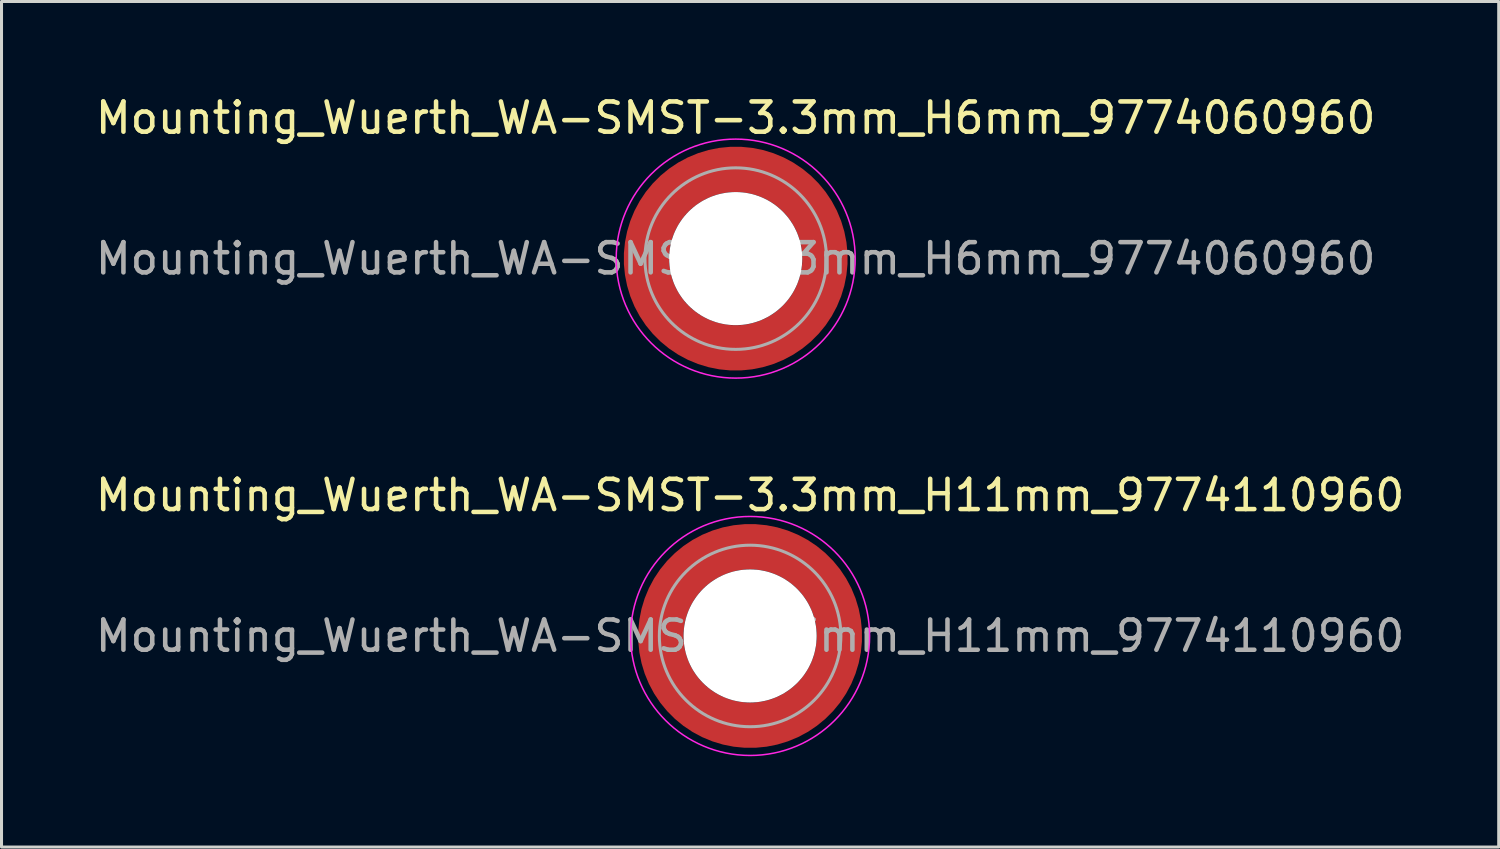
<source format=kicad_pcb>
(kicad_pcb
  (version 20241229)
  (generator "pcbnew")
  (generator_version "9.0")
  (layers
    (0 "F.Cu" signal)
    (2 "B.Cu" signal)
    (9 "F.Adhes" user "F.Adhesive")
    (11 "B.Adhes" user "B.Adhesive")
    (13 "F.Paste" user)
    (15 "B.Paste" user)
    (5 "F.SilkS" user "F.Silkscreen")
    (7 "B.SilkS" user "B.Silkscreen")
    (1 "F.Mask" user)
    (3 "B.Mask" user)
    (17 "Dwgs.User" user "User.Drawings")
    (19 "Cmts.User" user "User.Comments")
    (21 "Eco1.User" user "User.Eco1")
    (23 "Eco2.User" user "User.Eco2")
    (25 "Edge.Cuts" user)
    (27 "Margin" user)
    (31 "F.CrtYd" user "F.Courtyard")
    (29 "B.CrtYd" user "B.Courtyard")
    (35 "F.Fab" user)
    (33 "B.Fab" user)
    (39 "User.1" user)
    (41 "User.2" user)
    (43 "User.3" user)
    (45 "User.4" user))
  (footprint "Mounting_Wuerth_WA-SMST-3.3mm_H11mm_9774110960"
    (layer "F.Cu")
    (at 21.744 17.971)
    (property "Reference" "Mounting_Wuerth_WA-SMST-3.3mm_H11mm_9774110960" (at 0 -4.65 0) (layer "F.SilkS") (effects (font (size 1 1) (thickness 0.15))))
    (property "Mouser Part no." "" (at 0 0 0) (layer "F.Fab") (effects (font (size 1.27 1.27) (thickness 0.15))))
    (property "Mouser link" "" (at 0 0 0) (layer "F.Fab") (effects (font (size 1.27 1.27) (thickness 0.15))))
    (attr smd)
    (fp_circle (center 0 0) (end 3.95 0) (stroke (width 0.05) (type solid)) (fill no) (layer "F.CrtYd"))
    (fp_circle (center 0 0) (end 3 0) (stroke (width 0.1) (type solid)) (fill no) (layer "F.Fab"))
    (fp_text user "${REFERENCE}" (at 0 0 0) (layer "F.Fab") (effects (font (size 1 1) (thickness 0.15))))
    (pad "" smd custom (at -2.058 -2.058) (size 0.7 0.7) (layers "F.Paste") (options (anchor circle)) (primitives (gr_arc (start -0.377294 1.707681) (mid 0.317579 0.318817) (end 1.705947 -0.377044) (width 0.2)) (gr_arc (start -0.478281 1.707681) (mid 0.246161 0.248814) (end 1.703965 -0.477765) (width 0.2)) (gr_arc (start -0.579192 1.707681) (mid 0.175492 0.178063) (end 1.704077 -0.578711) (width 0.2)) (gr_arc (start -0.680037 1.707681) (mid 0.105568 0.106564) (end 1.706284 -0.679858) (width 0.2)) (gr_arc (start -0.780822 1.707681) (mid 0.034627 0.036085) (end 1.705634 -0.780569) (width 0.2)) (gr_arc (start -0.881554 1.707681) (mid -0.035694 -0.035016) (end 1.706729 -0.881441) (width 0.2)) (gr_arc (start -0.982237 1.707681) (mid -0.107281 -0.10485) (end 1.704266 -0.981842) (width 0.2)) (gr_arc (start -1.082877 1.707681) (mid -0.178372 -0.175181) (end 1.703197 -1.082374) (width 0.2)) (gr_arc (start -1.183476 1.707681) (mid -0.248964 -0.246008) (end 1.703525 -1.183025) (width 0.2)) (gr_arc (start -1.28404 1.707681) (mid -0.319062 -0.317333) (end 1.70525 -1.283784) (width 0.2)) (gr_line (start 1.708 -0.377) (end 1.708 -1.284) (width 0.2)) (gr_line (start -0.377 1.708) (end -1.284 1.708) (width 0.2))))
    (pad "" smd custom (at -2.058 2.058) (size 0.7 0.7) (layers "F.Paste") (options (anchor circle)) (primitives (gr_arc (start 1.707681 0.377294) (mid 0.318817 -0.317579) (end -0.377044 -1.705947) (width 0.2)) (gr_arc (start 1.707681 0.478281) (mid 0.248814 -0.246161) (end -0.477765 -1.703965) (width 0.2)) (gr_arc (start 1.707681 0.579192) (mid 0.178063 -0.175492) (end -0.578711 -1.704077) (width 0.2)) (gr_arc (start 1.707681 0.680037) (mid 0.106564 -0.105568) (end -0.679858 -1.706284) (width 0.2)) (gr_arc (start 1.707681 0.780822) (mid 0.036085 -0.034627) (end -0.780569 -1.705634) (width 0.2)) (gr_arc (start 1.707681 0.881554) (mid -0.035016 0.035694) (end -0.881441 -1.706729) (width 0.2)) (gr_arc (start 1.707681 0.982237) (mid -0.10485 0.107281) (end -0.981842 -1.704266) (width 0.2)) (gr_arc (start 1.707681 1.082877) (mid -0.175181 0.178372) (end -1.082374 -1.703197) (width 0.2)) (gr_arc (start 1.707681 1.183476) (mid -0.246008 0.248964) (end -1.183025 -1.703525) (width 0.2)) (gr_arc (start 1.707681 1.28404) (mid -0.317333 0.319062) (end -1.283784 -1.70525) (width 0.2)) (gr_line (start -0.377 -1.708) (end -1.284 -1.708) (width 0.2)) (gr_line (start 1.708 0.377) (end 1.708 1.284) (width 0.2))))
    (pad "" np_thru_hole circle (at 0 0) (size 4.4 4.4) (drill 4.4) (layers "*.Cu" "*.Mask"))
    (pad "" smd custom (at 2.058 -2.058) (size 0.7 0.7) (layers "F.Paste") (options (anchor circle)) (primitives (gr_arc (start -1.707681 -0.377294) (mid -0.318817 0.317579) (end 0.377044 1.705947) (width 0.2)) (gr_arc (start -1.707681 -0.478281) (mid -0.248814 0.246161) (end 0.477765 1.703965) (width 0.2)) (gr_arc (start -1.707681 -0.579192) (mid -0.178063 0.175492) (end 0.578711 1.704077) (width 0.2)) (gr_arc (start -1.707681 -0.680037) (mid -0.106564 0.105568) (end 0.679858 1.706284) (width 0.2)) (gr_arc (start -1.707681 -0.780822) (mid -0.036085 0.034627) (end 0.780569 1.705634) (width 0.2)) (gr_arc (start -1.707681 -0.881554) (mid 0.035016 -0.035694) (end 0.881441 1.706729) (width 0.2)) (gr_arc (start -1.707681 -0.982237) (mid 0.10485 -0.107281) (end 0.981842 1.704266) (width 0.2)) (gr_arc (start -1.707681 -1.082877) (mid 0.175181 -0.178372) (end 1.082374 1.703197) (width 0.2)) (gr_arc (start -1.707681 -1.183476) (mid 0.246008 -0.248964) (end 1.183025 1.703525) (width 0.2)) (gr_arc (start -1.707681 -1.28404) (mid 0.317333 -0.319062) (end 1.283784 1.70525) (width 0.2)) (gr_line (start 0.377 1.708) (end 1.284 1.708) (width 0.2)) (gr_line (start -1.708 -0.377) (end -1.708 -1.284) (width 0.2))))
    (pad "" smd custom (at 2.058 2.058) (size 0.7 0.7) (layers "F.Paste") (options (anchor circle)) (primitives (gr_arc (start 0.377294 -1.707681) (mid -0.317579 -0.318817) (end -1.705947 0.377044) (width 0.2)) (gr_arc (start 0.478281 -1.707681) (mid -0.246161 -0.248814) (end -1.703965 0.477765) (width 0.2)) (gr_arc (start 0.579192 -1.707681) (mid -0.175492 -0.178063) (end -1.704077 0.578711) (width 0.2)) (gr_arc (start 0.680037 -1.707681) (mid -0.105568 -0.106564) (end -1.706284 0.679858) (width 0.2)) (gr_arc (start 0.780822 -1.707681) (mid -0.034627 -0.036085) (end -1.705634 0.780569) (width 0.2)) (gr_arc (start 0.881554 -1.707681) (mid 0.035694 0.035016) (end -1.706729 0.881441) (width 0.2)) (gr_arc (start 0.982237 -1.707681) (mid 0.107281 0.10485) (end -1.704266 0.981842) (width 0.2)) (gr_arc (start 1.082877 -1.707681) (mid 0.178372 0.175181) (end -1.703197 1.082374) (width 0.2)) (gr_arc (start 1.183476 -1.707681) (mid 0.248964 0.246008) (end -1.703525 1.183025) (width 0.2)) (gr_arc (start 1.28404 -1.707681) (mid 0.319062 0.317333) (end -1.70525 1.283784) (width 0.2)) (gr_line (start -1.708 0.377) (end -1.708 1.284) (width 0.2)) (gr_line (start 0.377 -1.708) (end 1.284 -1.708) (width 0.2))))
    (pad "1" smd circle (at -2.95 0) (size 1.1 1.1) (layers "F.Cu"))
    (pad "1" smd circle (at 0 -2.95) (size 1.1 1.1) (layers "F.Cu"))
    (pad "1" smd circle (at 0 2.95) (size 1.1 1.1) (layers "F.Cu"))
    (pad "1" smd custom (at 2.95 0) (size 1.1 1.1) (layers "F.Cu" "F.Mask") (options (anchor circle)) (primitives (gr_circle (center -2.95 0) (end 0 0) (width 1.5) (fill no)))))
  (footprint "Mounting_Wuerth_WA-SMST-3.3mm_H6mm_9774060960"
    (layer "F.Cu")
    (at 21.268 5.498)
    (property "Reference" "Mounting_Wuerth_WA-SMST-3.3mm_H6mm_9774060960" (at 0 -4.65 0) (layer "F.SilkS") (effects (font (size 1 1) (thickness 0.15))))
    (property "Mouser Part no." "" (at 0 0 0) (layer "F.Fab") (effects (font (size 1.27 1.27) (thickness 0.15))))
    (property "Mouser link" "" (at 0 0 0) (layer "F.Fab") (effects (font (size 1.27 1.27) (thickness 0.15))))
    (attr smd)
    (fp_circle (center 0 0) (end 3.95 0) (stroke (width 0.05) (type solid)) (fill no) (layer "F.CrtYd"))
    (fp_circle (center 0 0) (end 3 0) (stroke (width 0.1) (type solid)) (fill no) (layer "F.Fab"))
    (fp_text user "${REFERENCE}" (at 0 0 0) (layer "F.Fab") (effects (font (size 1 1) (thickness 0.15))))
    (pad "" smd custom (at -2.058 -2.058) (size 0.7 0.7) (layers "F.Paste") (options (anchor circle)) (primitives (gr_arc (start -0.377294 1.707681) (mid 0.317579 0.318817) (end 1.705947 -0.377044) (width 0.2)) (gr_arc (start -0.478281 1.707681) (mid 0.246161 0.248814) (end 1.703965 -0.477765) (width 0.2)) (gr_arc (start -0.579192 1.707681) (mid 0.175492 0.178063) (end 1.704077 -0.578711) (width 0.2)) (gr_arc (start -0.680037 1.707681) (mid 0.105568 0.106564) (end 1.706284 -0.679858) (width 0.2)) (gr_arc (start -0.780822 1.707681) (mid 0.034627 0.036085) (end 1.705634 -0.780569) (width 0.2)) (gr_arc (start -0.881554 1.707681) (mid -0.035694 -0.035016) (end 1.706729 -0.881441) (width 0.2)) (gr_arc (start -0.982237 1.707681) (mid -0.107281 -0.10485) (end 1.704266 -0.981842) (width 0.2)) (gr_arc (start -1.082877 1.707681) (mid -0.178372 -0.175181) (end 1.703197 -1.082374) (width 0.2)) (gr_arc (start -1.183476 1.707681) (mid -0.248964 -0.246008) (end 1.703525 -1.183025) (width 0.2)) (gr_arc (start -1.28404 1.707681) (mid -0.319062 -0.317333) (end 1.70525 -1.283784) (width 0.2)) (gr_line (start 1.708 -0.377) (end 1.708 -1.284) (width 0.2)) (gr_line (start -0.377 1.708) (end -1.284 1.708) (width 0.2))))
    (pad "" smd custom (at -2.058 2.058) (size 0.7 0.7) (layers "F.Paste") (options (anchor circle)) (primitives (gr_arc (start 1.707681 0.377294) (mid 0.318817 -0.317579) (end -0.377044 -1.705947) (width 0.2)) (gr_arc (start 1.707681 0.478281) (mid 0.248814 -0.246161) (end -0.477765 -1.703965) (width 0.2)) (gr_arc (start 1.707681 0.579192) (mid 0.178063 -0.175492) (end -0.578711 -1.704077) (width 0.2)) (gr_arc (start 1.707681 0.680037) (mid 0.106564 -0.105568) (end -0.679858 -1.706284) (width 0.2)) (gr_arc (start 1.707681 0.780822) (mid 0.036085 -0.034627) (end -0.780569 -1.705634) (width 0.2)) (gr_arc (start 1.707681 0.881554) (mid -0.035016 0.035694) (end -0.881441 -1.706729) (width 0.2)) (gr_arc (start 1.707681 0.982237) (mid -0.10485 0.107281) (end -0.981842 -1.704266) (width 0.2)) (gr_arc (start 1.707681 1.082877) (mid -0.175181 0.178372) (end -1.082374 -1.703197) (width 0.2)) (gr_arc (start 1.707681 1.183476) (mid -0.246008 0.248964) (end -1.183025 -1.703525) (width 0.2)) (gr_arc (start 1.707681 1.28404) (mid -0.317333 0.319062) (end -1.283784 -1.70525) (width 0.2)) (gr_line (start -0.377 -1.708) (end -1.284 -1.708) (width 0.2)) (gr_line (start 1.708 0.377) (end 1.708 1.284) (width 0.2))))
    (pad "" np_thru_hole circle (at 0 0) (size 4.4 4.4) (drill 4.4) (layers "*.Cu" "*.Mask"))
    (pad "" smd custom (at 2.058 -2.058) (size 0.7 0.7) (layers "F.Paste") (options (anchor circle)) (primitives (gr_arc (start -1.707681 -0.377294) (mid -0.318817 0.317579) (end 0.377044 1.705947) (width 0.2)) (gr_arc (start -1.707681 -0.478281) (mid -0.248814 0.246161) (end 0.477765 1.703965) (width 0.2)) (gr_arc (start -1.707681 -0.579192) (mid -0.178063 0.175492) (end 0.578711 1.704077) (width 0.2)) (gr_arc (start -1.707681 -0.680037) (mid -0.106564 0.105568) (end 0.679858 1.706284) (width 0.2)) (gr_arc (start -1.707681 -0.780822) (mid -0.036085 0.034627) (end 0.780569 1.705634) (width 0.2)) (gr_arc (start -1.707681 -0.881554) (mid 0.035016 -0.035694) (end 0.881441 1.706729) (width 0.2)) (gr_arc (start -1.707681 -0.982237) (mid 0.10485 -0.107281) (end 0.981842 1.704266) (width 0.2)) (gr_arc (start -1.707681 -1.082877) (mid 0.175181 -0.178372) (end 1.082374 1.703197) (width 0.2)) (gr_arc (start -1.707681 -1.183476) (mid 0.246008 -0.248964) (end 1.183025 1.703525) (width 0.2)) (gr_arc (start -1.707681 -1.28404) (mid 0.317333 -0.319062) (end 1.283784 1.70525) (width 0.2)) (gr_line (start 0.377 1.708) (end 1.284 1.708) (width 0.2)) (gr_line (start -1.708 -0.377) (end -1.708 -1.284) (width 0.2))))
    (pad "" smd custom (at 2.058 2.058) (size 0.7 0.7) (layers "F.Paste") (options (anchor circle)) (primitives (gr_arc (start 0.377294 -1.707681) (mid -0.317579 -0.318817) (end -1.705947 0.377044) (width 0.2)) (gr_arc (start 0.478281 -1.707681) (mid -0.246161 -0.248814) (end -1.703965 0.477765) (width 0.2)) (gr_arc (start 0.579192 -1.707681) (mid -0.175492 -0.178063) (end -1.704077 0.578711) (width 0.2)) (gr_arc (start 0.680037 -1.707681) (mid -0.105568 -0.106564) (end -1.706284 0.679858) (width 0.2)) (gr_arc (start 0.780822 -1.707681) (mid -0.034627 -0.036085) (end -1.705634 0.780569) (width 0.2)) (gr_arc (start 0.881554 -1.707681) (mid 0.035694 0.035016) (end -1.706729 0.881441) (width 0.2)) (gr_arc (start 0.982237 -1.707681) (mid 0.107281 0.10485) (end -1.704266 0.981842) (width 0.2)) (gr_arc (start 1.082877 -1.707681) (mid 0.178372 0.175181) (end -1.703197 1.082374) (width 0.2)) (gr_arc (start 1.183476 -1.707681) (mid 0.248964 0.246008) (end -1.703525 1.183025) (width 0.2)) (gr_arc (start 1.28404 -1.707681) (mid 0.319062 0.317333) (end -1.70525 1.283784) (width 0.2)) (gr_line (start -1.708 0.377) (end -1.708 1.284) (width 0.2)) (gr_line (start 0.377 -1.708) (end 1.284 -1.708) (width 0.2))))
    (pad "1" smd circle (at -2.95 0) (size 1.1 1.1) (layers "F.Cu"))
    (pad "1" smd circle (at 0 -2.95) (size 1.1 1.1) (layers "F.Cu"))
    (pad "1" smd circle (at 0 2.95) (size 1.1 1.1) (layers "F.Cu"))
    (pad "1" smd custom (at 2.95 0) (size 1.1 1.1) (layers "F.Cu" "F.Mask") (options (anchor circle)) (primitives (gr_circle (center -2.95 0) (end 0 0) (width 1.5) (fill no)))))
  (gr_rect
    (start -3 -3)
    (end 46.488 24.947)
    (stroke (width 0.1) (type default))
    (fill no)
    (layer "Edge.Cuts")))
</source>
